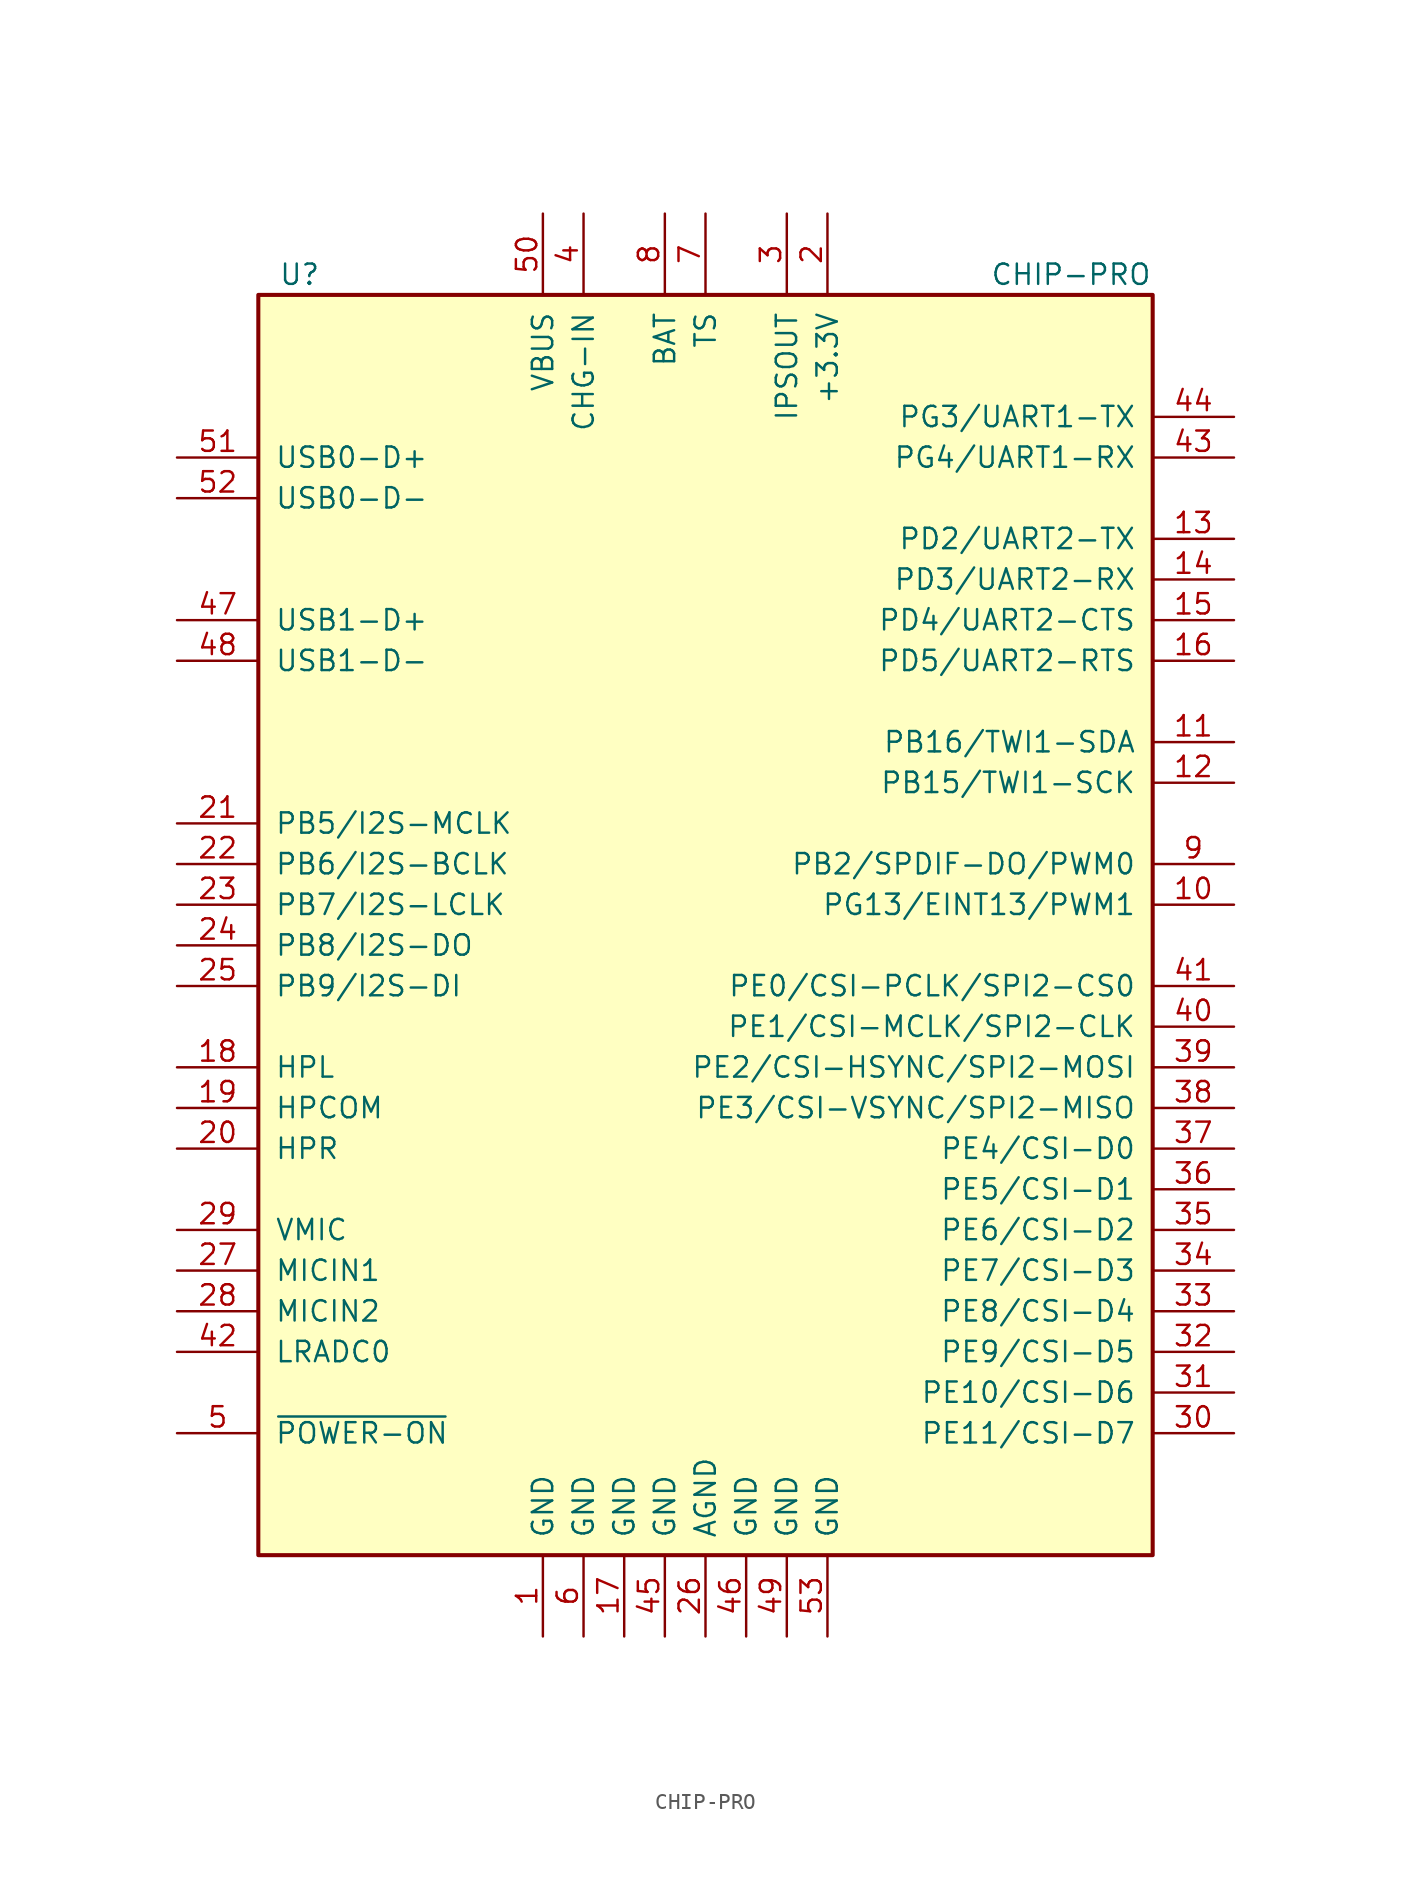
<source format=kicad_sym>
(kicad_symbol_lib
  (version 20231120)
  (generator "kicad_symbol_editor")
  (generator_version "8.0")
  (symbol "CHIP-PRO"
    (pin_names
      (offset 1.016))
    (property "Reference" "U"
      (at -26.67 39.37 0)
      (effects (font (size 1.27 1.27)) (justify left)))
    (property "Value" "CHIP-PRO"
      (at 17.78 39.37 0)
      (effects (font (size 1.27 1.27)) (justify left)))
    (symbol "CHIP-PRO_0_1"
      (rectangle (start -27.94 38.1) (end 27.94 -40.64) (stroke (width 0.254) (type default)) (fill (type background))))
    (symbol "CHIP-PRO_1_1"
      (pin power_in line (at -10.16 -45.72 90) (length 5.08) (name "GND" (effects (font (size 1.27 1.27)))) (number "1" (effects (font (size 1.27 1.27)))))
      (pin bidirectional line (at 33.02 0 180) (length 5.08) (name "PG13/EINT13/PWM1" (effects (font (size 1.27 1.27)))) (number "10" (effects (font (size 1.27 1.27)))))
      (pin bidirectional line (at 33.02 10.16 180) (length 5.08) (name "PB16/TWI1-SDA" (effects (font (size 1.27 1.27)))) (number "11" (effects (font (size 1.27 1.27)))))
      (pin bidirectional line (at 33.02 7.62 180) (length 5.08) (name "PB15/TWI1-SCK" (effects (font (size 1.27 1.27)))) (number "12" (effects (font (size 1.27 1.27)))))
      (pin bidirectional line (at 33.02 22.86 180) (length 5.08) (name "PD2/UART2-TX" (effects (font (size 1.27 1.27)))) (number "13" (effects (font (size 1.27 1.27)))))
      (pin bidirectional line (at 33.02 20.32 180) (length 5.08) (name "PD3/UART2-RX" (effects (font (size 1.27 1.27)))) (number "14" (effects (font (size 1.27 1.27)))))
      (pin bidirectional line (at 33.02 17.78 180) (length 5.08) (name "PD4/UART2-CTS" (effects (font (size 1.27 1.27)))) (number "15" (effects (font (size 1.27 1.27)))))
      (pin bidirectional line (at 33.02 15.24 180) (length 5.08) (name "PD5/UART2-RTS" (effects (font (size 1.27 1.27)))) (number "16" (effects (font (size 1.27 1.27)))))
      (pin power_in line (at -5.08 -45.72 90) (length 5.08) (name "GND" (effects (font (size 1.27 1.27)))) (number "17" (effects (font (size 1.27 1.27)))))
      (pin output line (at -33.02 -10.16 0) (length 5.08) (name "HPL" (effects (font (size 1.27 1.27)))) (number "18" (effects (font (size 1.27 1.27)))))
      (pin output line (at -33.02 -12.7 0) (length 5.08) (name "HPCOM" (effects (font (size 1.27 1.27)))) (number "19" (effects (font (size 1.27 1.27)))))
      (pin power_out line (at 7.62 43.18 270) (length 5.08) (name "+3.3V" (effects (font (size 1.27 1.27)))) (number "2" (effects (font (size 1.27 1.27)))))
      (pin output line (at -33.02 -15.24 0) (length 5.08) (name "HPR" (effects (font (size 1.27 1.27)))) (number "20" (effects (font (size 1.27 1.27)))))
      (pin bidirectional line (at -33.02 5.08 0) (length 5.08) (name "PB5/I2S-MCLK" (effects (font (size 1.27 1.27)))) (number "21" (effects (font (size 1.27 1.27)))))
      (pin bidirectional line (at -33.02 2.54 0) (length 5.08) (name "PB6/I2S-BCLK" (effects (font (size 1.27 1.27)))) (number "22" (effects (font (size 1.27 1.27)))))
      (pin bidirectional line (at -33.02 0 0) (length 5.08) (name "PB7/I2S-LCLK" (effects (font (size 1.27 1.27)))) (number "23" (effects (font (size 1.27 1.27)))))
      (pin bidirectional line (at -33.02 -2.54 0) (length 5.08) (name "PB8/I2S-DO" (effects (font (size 1.27 1.27)))) (number "24" (effects (font (size 1.27 1.27)))))
      (pin bidirectional line (at -33.02 -5.08 0) (length 5.08) (name "PB9/I2S-DI" (effects (font (size 1.27 1.27)))) (number "25" (effects (font (size 1.27 1.27)))))
      (pin power_in line (at 0 -45.72 90) (length 5.08) (name "AGND" (effects (font (size 1.27 1.27)))) (number "26" (effects (font (size 1.27 1.27)))))
      (pin input line (at -33.02 -22.86 0) (length 5.08) (name "MICIN1" (effects (font (size 1.27 1.27)))) (number "27" (effects (font (size 1.27 1.27)))))
      (pin input line (at -33.02 -25.4 0) (length 5.08) (name "MICIN2" (effects (font (size 1.27 1.27)))) (number "28" (effects (font (size 1.27 1.27)))))
      (pin unspecified line (at -33.02 -20.32 0) (length 5.08) (name "VMIC" (effects (font (size 1.27 1.27)))) (number "29" (effects (font (size 1.27 1.27)))))
      (pin power_out line (at 5.08 43.18 270) (length 5.08) (name "IPSOUT" (effects (font (size 1.27 1.27)))) (number "3" (effects (font (size 1.27 1.27)))))
      (pin bidirectional line (at 33.02 -33.02 180) (length 5.08) (name "PE11/CSI-D7" (effects (font (size 1.27 1.27)))) (number "30" (effects (font (size 1.27 1.27)))))
      (pin bidirectional line (at 33.02 -30.48 180) (length 5.08) (name "PE10/CSI-D6" (effects (font (size 1.27 1.27)))) (number "31" (effects (font (size 1.27 1.27)))))
      (pin bidirectional line (at 33.02 -27.94 180) (length 5.08) (name "PE9/CSI-D5" (effects (font (size 1.27 1.27)))) (number "32" (effects (font (size 1.27 1.27)))))
      (pin bidirectional line (at 33.02 -25.4 180) (length 5.08) (name "PE8/CSI-D4" (effects (font (size 1.27 1.27)))) (number "33" (effects (font (size 1.27 1.27)))))
      (pin bidirectional line (at 33.02 -22.86 180) (length 5.08) (name "PE7/CSI-D3" (effects (font (size 1.27 1.27)))) (number "34" (effects (font (size 1.27 1.27)))))
      (pin bidirectional line (at 33.02 -20.32 180) (length 5.08) (name "PE6/CSI-D2" (effects (font (size 1.27 1.27)))) (number "35" (effects (font (size 1.27 1.27)))))
      (pin bidirectional line (at 33.02 -17.78 180) (length 5.08) (name "PE5/CSI-D1" (effects (font (size 1.27 1.27)))) (number "36" (effects (font (size 1.27 1.27)))))
      (pin bidirectional line (at 33.02 -15.24 180) (length 5.08) (name "PE4/CSI-D0" (effects (font (size 1.27 1.27)))) (number "37" (effects (font (size 1.27 1.27)))))
      (pin bidirectional line (at 33.02 -12.7 180) (length 5.08) (name "PE3/CSI-VSYNC/SPI2-MISO" (effects (font (size 1.27 1.27)))) (number "38" (effects (font (size 1.27 1.27)))))
      (pin bidirectional line (at 33.02 -10.16 180) (length 5.08) (name "PE2/CSI-HSYNC/SPI2-MOSI" (effects (font (size 1.27 1.27)))) (number "39" (effects (font (size 1.27 1.27)))))
      (pin power_in line (at -7.62 43.18 270) (length 5.08) (name "CHG-IN" (effects (font (size 1.27 1.27)))) (number "4" (effects (font (size 1.27 1.27)))))
      (pin bidirectional line (at 33.02 -7.62 180) (length 5.08) (name "PE1/CSI-MCLK/SPI2-CLK" (effects (font (size 1.27 1.27)))) (number "40" (effects (font (size 1.27 1.27)))))
      (pin bidirectional line (at 33.02 -5.08 180) (length 5.08) (name "PE0/CSI-PCLK/SPI2-CS0" (effects (font (size 1.27 1.27)))) (number "41" (effects (font (size 1.27 1.27)))))
      (pin power_out line (at -33.02 -27.94 0) (length 5.08) (name "LRADC0" (effects (font (size 1.27 1.27)))) (number "42" (effects (font (size 1.27 1.27)))))
      (pin input line (at 33.02 27.94 180) (length 5.08) (name "PG4/UART1-RX" (effects (font (size 1.27 1.27)))) (number "43" (effects (font (size 1.27 1.27)))))
      (pin bidirectional line (at 33.02 30.48 180) (length 5.08) (name "PG3/UART1-TX" (effects (font (size 1.27 1.27)))) (number "44" (effects (font (size 1.27 1.27)))))
      (pin power_in line (at -2.54 -45.72 90) (length 5.08) (name "GND" (effects (font (size 1.27 1.27)))) (number "45" (effects (font (size 1.27 1.27)))))
      (pin power_in line (at 2.54 -45.72 90) (length 5.08) (name "GND" (effects (font (size 1.27 1.27)))) (number "46" (effects (font (size 1.27 1.27)))))
      (pin bidirectional line (at -33.02 17.78 0) (length 5.08) (name "USB1-D+" (effects (font (size 1.27 1.27)))) (number "47" (effects (font (size 1.27 1.27)))))
      (pin bidirectional line (at -33.02 15.24 0) (length 5.08) (name "USB1-D-" (effects (font (size 1.27 1.27)))) (number "48" (effects (font (size 1.27 1.27)))))
      (pin power_in line (at 5.08 -45.72 90) (length 5.08) (name "GND" (effects (font (size 1.27 1.27)))) (number "49" (effects (font (size 1.27 1.27)))))
      (pin input line (at -33.02 -33.02 0) (length 5.08) (name "~{POWER-ON}" (effects (font (size 1.27 1.27)))) (number "5" (effects (font (size 1.27 1.27)))))
      (pin power_in line (at -10.16 43.18 270) (length 5.08) (name "VBUS" (effects (font (size 1.27 1.27)))) (number "50" (effects (font (size 1.27 1.27)))))
      (pin bidirectional line (at -33.02 27.94 0) (length 5.08) (name "USB0-D+" (effects (font (size 1.27 1.27)))) (number "51" (effects (font (size 1.27 1.27)))))
      (pin bidirectional line (at -33.02 25.4 0) (length 5.08) (name "USB0-D-" (effects (font (size 1.27 1.27)))) (number "52" (effects (font (size 1.27 1.27)))))
      (pin power_in line (at 7.62 -45.72 90) (length 5.08) (name "GND" (effects (font (size 1.27 1.27)))) (number "53" (effects (font (size 1.27 1.27)))))
      (pin power_in line (at -7.62 -45.72 90) (length 5.08) (name "GND" (effects (font (size 1.27 1.27)))) (number "6" (effects (font (size 1.27 1.27)))))
      (pin input line (at 0 43.18 270) (length 5.08) (name "TS" (effects (font (size 1.27 1.27)))) (number "7" (effects (font (size 1.27 1.27)))))
      (pin power_in line (at -2.54 43.18 270) (length 5.08) (name "BAT" (effects (font (size 1.27 1.27)))) (number "8" (effects (font (size 1.27 1.27)))))
      (pin bidirectional line (at 33.02 2.54 180) (length 5.08) (name "PB2/SPDIF-DO/PWM0" (effects (font (size 1.27 1.27)))) (number "9" (effects (font (size 1.27 1.27))))))))
</source>
